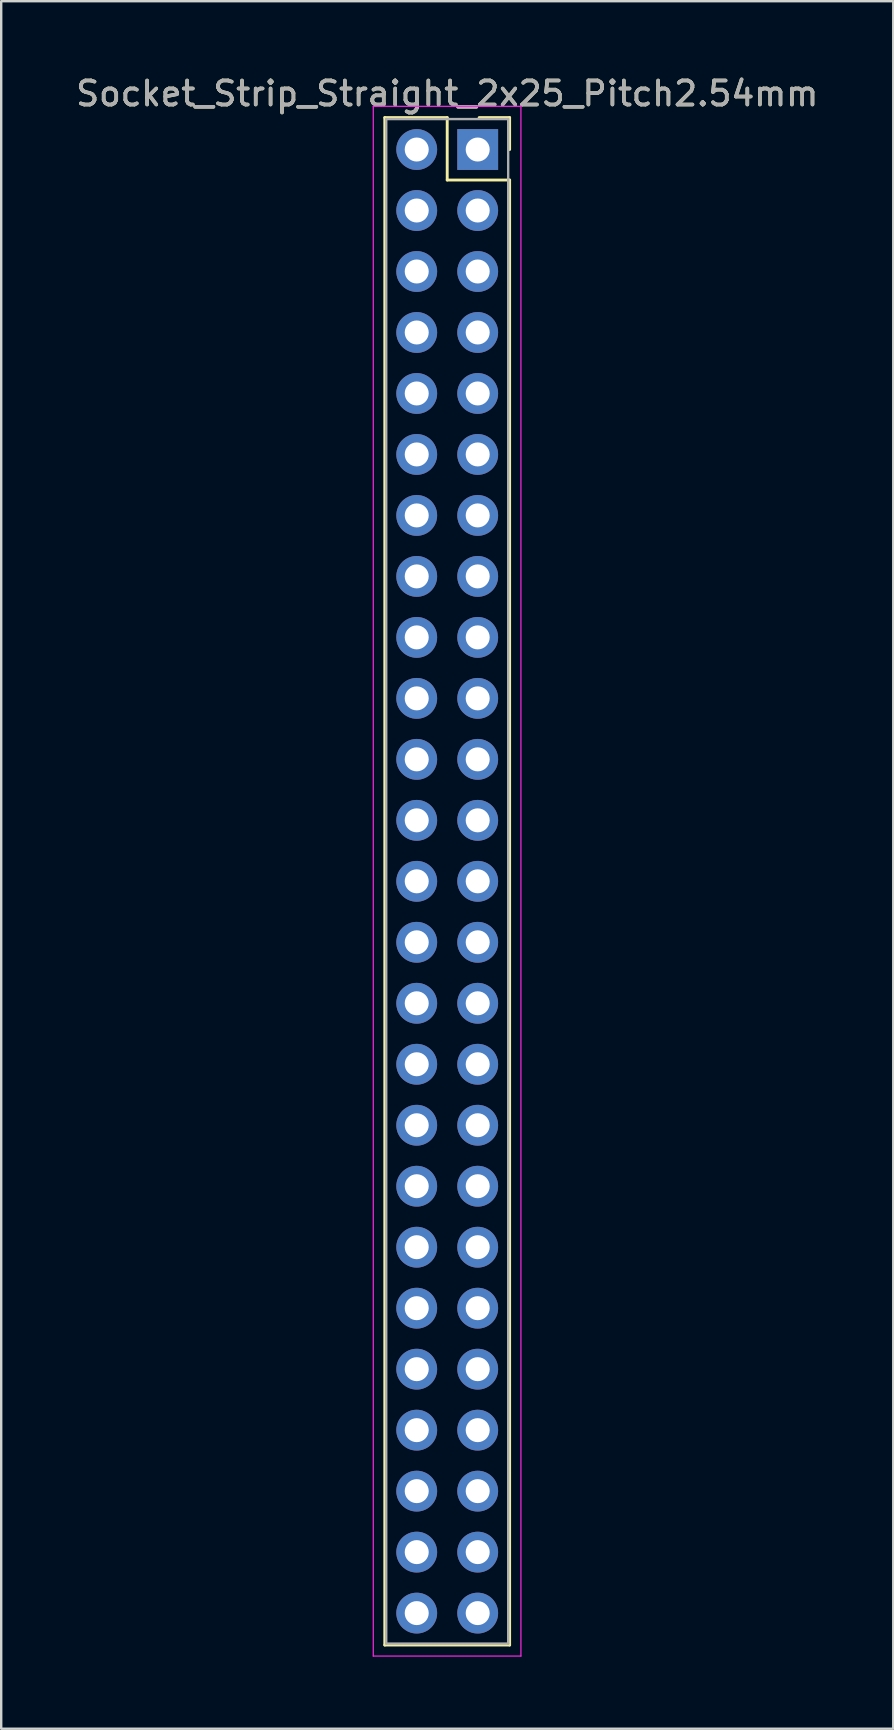
<source format=kicad_pcb>
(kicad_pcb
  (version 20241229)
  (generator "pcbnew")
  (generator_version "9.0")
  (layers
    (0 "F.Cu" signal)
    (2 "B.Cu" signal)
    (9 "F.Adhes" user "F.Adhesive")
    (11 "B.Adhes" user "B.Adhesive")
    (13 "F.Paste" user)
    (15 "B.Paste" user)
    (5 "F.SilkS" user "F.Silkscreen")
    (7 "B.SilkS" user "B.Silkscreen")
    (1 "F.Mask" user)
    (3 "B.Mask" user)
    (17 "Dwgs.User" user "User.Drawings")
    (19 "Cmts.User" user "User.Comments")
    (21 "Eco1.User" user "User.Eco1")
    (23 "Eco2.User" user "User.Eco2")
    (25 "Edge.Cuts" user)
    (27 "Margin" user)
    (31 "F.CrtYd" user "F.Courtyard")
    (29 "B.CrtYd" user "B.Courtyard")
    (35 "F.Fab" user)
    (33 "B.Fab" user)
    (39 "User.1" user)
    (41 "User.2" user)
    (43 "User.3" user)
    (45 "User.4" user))
  (footprint "Socket_Strip_Straight_2x25_Pitch2.54mm"
    (layer "F.Cu")
    (at 16.847 3.178)
    (property "Reference" "Socket_Strip_Straight_2x25_Pitch2.54mm" (at -1.27 -2.33 0) (layer "F.SilkS") (effects (font (size 1 1) (thickness 0.15))))
    (attr through_hole)
    (fp_line (start -3.87 -1.33) (end -1.27 -1.33) (stroke (width 0.12) (type solid)) (layer "F.SilkS"))
    (fp_line (start -3.87 62.29) (end -3.87 -1.33) (stroke (width 0.12) (type solid)) (layer "F.SilkS"))
    (fp_line (start -1.27 -1.33) (end -1.27 1.27) (stroke (width 0.12) (type solid)) (layer "F.SilkS"))
    (fp_line (start -1.27 1.27) (end 1.33 1.27) (stroke (width 0.12) (type solid)) (layer "F.SilkS"))
    (fp_line (start 1.33 -1.33) (end 0.06 -1.33) (stroke (width 0.12) (type solid)) (layer "F.SilkS"))
    (fp_line (start 1.33 0) (end 1.33 -1.33) (stroke (width 0.12) (type solid)) (layer "F.SilkS"))
    (fp_line (start 1.33 1.27) (end 1.33 62.29) (stroke (width 0.12) (type solid)) (layer "F.SilkS"))
    (fp_line (start 1.33 62.29) (end -3.87 62.29) (stroke (width 0.12) (type solid)) (layer "F.SilkS"))
    (fp_line (start -4.35 -1.8) (end -4.35 62.75) (stroke (width 0.05) (type solid)) (layer "F.CrtYd"))
    (fp_line (start -4.35 62.75) (end 1.8 62.75) (stroke (width 0.05) (type solid)) (layer "F.CrtYd"))
    (fp_line (start 1.8 -1.8) (end -4.35 -1.8) (stroke (width 0.05) (type solid)) (layer "F.CrtYd"))
    (fp_line (start 1.8 62.75) (end 1.8 -1.8) (stroke (width 0.05) (type solid)) (layer "F.CrtYd"))
    (fp_line (start -3.81 -1.27) (end -3.81 62.23) (stroke (width 0.1) (type solid)) (layer "F.Fab"))
    (fp_line (start -3.81 62.23) (end 1.27 62.23) (stroke (width 0.1) (type solid)) (layer "F.Fab"))
    (fp_line (start 1.27 -1.27) (end -3.81 -1.27) (stroke (width 0.1) (type solid)) (layer "F.Fab"))
    (fp_line (start 1.27 62.23) (end 1.27 -1.27) (stroke (width 0.1) (type solid)) (layer "F.Fab"))
    (fp_text user "${REFERENCE}" (at -1.27 -2.33 0) (layer "F.Fab") (effects (font (size 1 1) (thickness 0.15))))
    (pad "1" thru_hole rect (at 0 0) (size 1.7 1.7) (drill 1) (layers "*.Cu" "*.Mask"))
    (pad "2" thru_hole oval (at -2.54 0) (size 1.7 1.7) (drill 1) (layers "*.Cu" "*.Mask"))
    (pad "3" thru_hole oval (at 0 2.54) (size 1.7 1.7) (drill 1) (layers "*.Cu" "*.Mask"))
    (pad "4" thru_hole oval (at -2.54 2.54) (size 1.7 1.7) (drill 1) (layers "*.Cu" "*.Mask"))
    (pad "5" thru_hole oval (at 0 5.08) (size 1.7 1.7) (drill 1) (layers "*.Cu" "*.Mask"))
    (pad "6" thru_hole oval (at -2.54 5.08) (size 1.7 1.7) (drill 1) (layers "*.Cu" "*.Mask"))
    (pad "7" thru_hole oval (at 0 7.62) (size 1.7 1.7) (drill 1) (layers "*.Cu" "*.Mask"))
    (pad "8" thru_hole oval (at -2.54 7.62) (size 1.7 1.7) (drill 1) (layers "*.Cu" "*.Mask"))
    (pad "9" thru_hole oval (at 0 10.16) (size 1.7 1.7) (drill 1) (layers "*.Cu" "*.Mask"))
    (pad "10" thru_hole oval (at -2.54 10.16) (size 1.7 1.7) (drill 1) (layers "*.Cu" "*.Mask"))
    (pad "11" thru_hole oval (at 0 12.7) (size 1.7 1.7) (drill 1) (layers "*.Cu" "*.Mask"))
    (pad "12" thru_hole oval (at -2.54 12.7) (size 1.7 1.7) (drill 1) (layers "*.Cu" "*.Mask"))
    (pad "13" thru_hole oval (at 0 15.24) (size 1.7 1.7) (drill 1) (layers "*.Cu" "*.Mask"))
    (pad "14" thru_hole oval (at -2.54 15.24) (size 1.7 1.7) (drill 1) (layers "*.Cu" "*.Mask"))
    (pad "15" thru_hole oval (at 0 17.78) (size 1.7 1.7) (drill 1) (layers "*.Cu" "*.Mask"))
    (pad "16" thru_hole oval (at -2.54 17.78) (size 1.7 1.7) (drill 1) (layers "*.Cu" "*.Mask"))
    (pad "17" thru_hole oval (at 0 20.32) (size 1.7 1.7) (drill 1) (layers "*.Cu" "*.Mask"))
    (pad "18" thru_hole oval (at -2.54 20.32) (size 1.7 1.7) (drill 1) (layers "*.Cu" "*.Mask"))
    (pad "19" thru_hole oval (at 0 22.86) (size 1.7 1.7) (drill 1) (layers "*.Cu" "*.Mask"))
    (pad "20" thru_hole oval (at -2.54 22.86) (size 1.7 1.7) (drill 1) (layers "*.Cu" "*.Mask"))
    (pad "21" thru_hole oval (at 0 25.4) (size 1.7 1.7) (drill 1) (layers "*.Cu" "*.Mask"))
    (pad "22" thru_hole oval (at -2.54 25.4) (size 1.7 1.7) (drill 1) (layers "*.Cu" "*.Mask"))
    (pad "23" thru_hole oval (at 0 27.94) (size 1.7 1.7) (drill 1) (layers "*.Cu" "*.Mask"))
    (pad "24" thru_hole oval (at -2.54 27.94) (size 1.7 1.7) (drill 1) (layers "*.Cu" "*.Mask"))
    (pad "25" thru_hole oval (at 0 30.48) (size 1.7 1.7) (drill 1) (layers "*.Cu" "*.Mask"))
    (pad "26" thru_hole oval (at -2.54 30.48) (size 1.7 1.7) (drill 1) (layers "*.Cu" "*.Mask"))
    (pad "27" thru_hole oval (at 0 33.02) (size 1.7 1.7) (drill 1) (layers "*.Cu" "*.Mask"))
    (pad "28" thru_hole oval (at -2.54 33.02) (size 1.7 1.7) (drill 1) (layers "*.Cu" "*.Mask"))
    (pad "29" thru_hole oval (at 0 35.56) (size 1.7 1.7) (drill 1) (layers "*.Cu" "*.Mask"))
    (pad "30" thru_hole oval (at -2.54 35.56) (size 1.7 1.7) (drill 1) (layers "*.Cu" "*.Mask"))
    (pad "31" thru_hole oval (at 0 38.1) (size 1.7 1.7) (drill 1) (layers "*.Cu" "*.Mask"))
    (pad "32" thru_hole oval (at -2.54 38.1) (size 1.7 1.7) (drill 1) (layers "*.Cu" "*.Mask"))
    (pad "33" thru_hole oval (at 0 40.64) (size 1.7 1.7) (drill 1) (layers "*.Cu" "*.Mask"))
    (pad "34" thru_hole oval (at -2.54 40.64) (size 1.7 1.7) (drill 1) (layers "*.Cu" "*.Mask"))
    (pad "35" thru_hole oval (at 0 43.18) (size 1.7 1.7) (drill 1) (layers "*.Cu" "*.Mask"))
    (pad "36" thru_hole oval (at -2.54 43.18) (size 1.7 1.7) (drill 1) (layers "*.Cu" "*.Mask"))
    (pad "37" thru_hole oval (at 0 45.72) (size 1.7 1.7) (drill 1) (layers "*.Cu" "*.Mask"))
    (pad "38" thru_hole oval (at -2.54 45.72) (size 1.7 1.7) (drill 1) (layers "*.Cu" "*.Mask"))
    (pad "39" thru_hole oval (at 0 48.26) (size 1.7 1.7) (drill 1) (layers "*.Cu" "*.Mask"))
    (pad "40" thru_hole oval (at -2.54 48.26) (size 1.7 1.7) (drill 1) (layers "*.Cu" "*.Mask"))
    (pad "41" thru_hole oval (at 0 50.8) (size 1.7 1.7) (drill 1) (layers "*.Cu" "*.Mask"))
    (pad "42" thru_hole oval (at -2.54 50.8) (size 1.7 1.7) (drill 1) (layers "*.Cu" "*.Mask"))
    (pad "43" thru_hole oval (at 0 53.34) (size 1.7 1.7) (drill 1) (layers "*.Cu" "*.Mask"))
    (pad "44" thru_hole oval (at -2.54 53.34) (size 1.7 1.7) (drill 1) (layers "*.Cu" "*.Mask"))
    (pad "45" thru_hole oval (at 0 55.88) (size 1.7 1.7) (drill 1) (layers "*.Cu" "*.Mask"))
    (pad "46" thru_hole oval (at -2.54 55.88) (size 1.7 1.7) (drill 1) (layers "*.Cu" "*.Mask"))
    (pad "47" thru_hole oval (at 0 58.42) (size 1.7 1.7) (drill 1) (layers "*.Cu" "*.Mask"))
    (pad "48" thru_hole oval (at -2.54 58.42) (size 1.7 1.7) (drill 1) (layers "*.Cu" "*.Mask"))
    (pad "49" thru_hole oval (at 0 60.96) (size 1.7 1.7) (drill 1) (layers "*.Cu" "*.Mask"))
    (pad "50" thru_hole oval (at -2.54 60.96) (size 1.7 1.7) (drill 1) (layers "*.Cu" "*.Mask")))
  (gr_rect
    (start -3 -3)
    (end 34.155 68.953)
    (stroke (width 0.1) (type default))
    (fill no)
    (layer "Edge.Cuts")))
</source>
